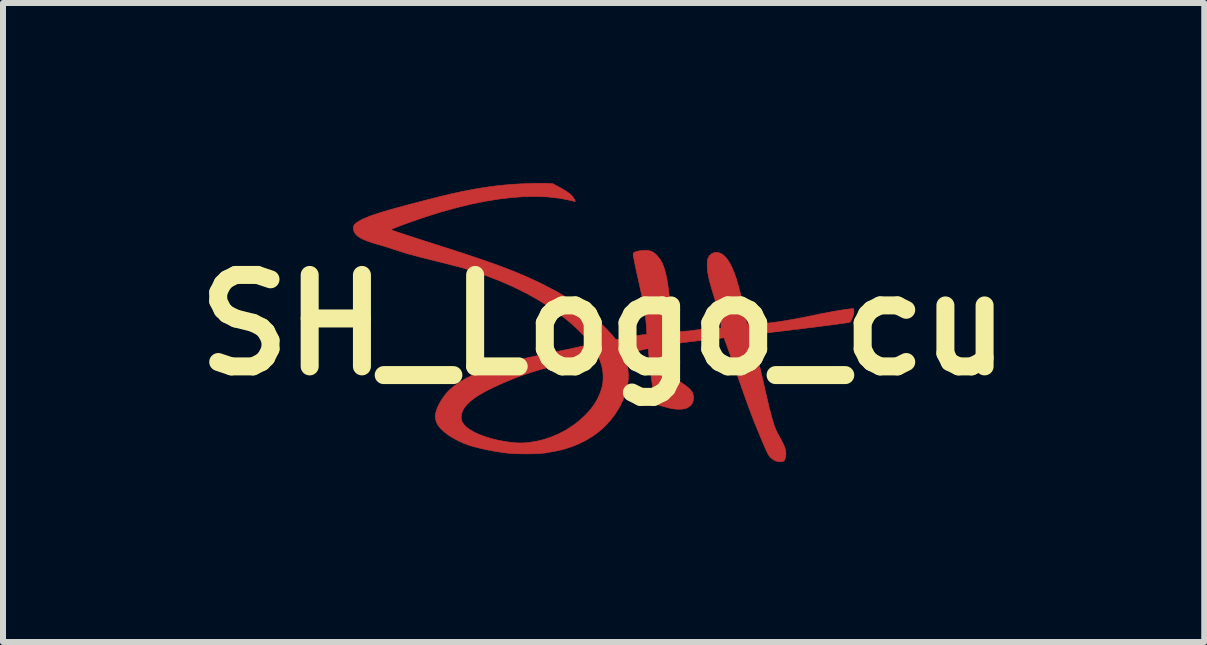
<source format=kicad_pcb>
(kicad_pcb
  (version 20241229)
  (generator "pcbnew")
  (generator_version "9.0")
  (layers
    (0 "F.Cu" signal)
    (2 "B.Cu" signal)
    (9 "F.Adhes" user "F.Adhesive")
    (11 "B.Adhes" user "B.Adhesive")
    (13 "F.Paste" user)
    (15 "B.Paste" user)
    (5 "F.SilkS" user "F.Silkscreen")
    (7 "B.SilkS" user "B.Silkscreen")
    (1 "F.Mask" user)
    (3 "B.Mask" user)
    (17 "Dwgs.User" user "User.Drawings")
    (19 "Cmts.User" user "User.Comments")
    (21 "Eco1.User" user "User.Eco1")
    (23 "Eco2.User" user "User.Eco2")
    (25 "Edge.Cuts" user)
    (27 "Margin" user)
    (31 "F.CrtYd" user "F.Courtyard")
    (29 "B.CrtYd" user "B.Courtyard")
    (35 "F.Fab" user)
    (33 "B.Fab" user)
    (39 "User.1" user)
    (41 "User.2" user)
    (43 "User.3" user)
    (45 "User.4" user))
  (footprint "SH_Logo_cu"
    (layer "F.Cu")
    (at 7.01 2.367)
    (property "Reference" "SH_Logo_cu" (at 0 0 0) (layer "F.SilkS") (effects (font (size 1.524 1.524) (thickness 0.3))))
    (attr through_hole)
    (fp_poly (pts (xy -0.967 -2.361) (xy -0.949 -2.36) (xy -0.846 -2.355) (xy -0.74 -2.298) (xy -0.675 -2.262) (xy -0.623 -2.23) (xy -0.582 -2.202) (xy -0.549 -2.175) (xy -0.523 -2.149) (xy -0.514 -2.137) (xy -0.495 -2.109) (xy -0.481 -2.085) (xy -0.473 -2.068) (xy -0.474 -2.058) (xy -0.479 -2.058) (xy -0.496 -2.063) (xy -0.526 -2.071) (xy -0.564 -2.079) (xy -0.607 -2.088) (xy -0.652 -2.097) (xy -0.696 -2.106) (xy -0.733 -2.112) (xy -0.752 -2.115) (xy -0.93 -2.135) (xy -1.12 -2.143) (xy -1.319 -2.14) (xy -1.529 -2.125) (xy -1.748 -2.099) (xy -1.976 -2.062) (xy -2.213 -2.014) (xy -2.458 -1.954) (xy -2.712 -1.883) (xy -2.806 -1.854) (xy -2.872 -1.834) (xy -2.941 -1.811) (xy -3.013 -1.788) (xy -3.086 -1.763) (xy -3.158 -1.738) (xy -3.228 -1.713) (xy -3.295 -1.689) (xy -3.357 -1.666) (xy -3.413 -1.645) (xy -3.461 -1.626) (xy -3.499 -1.611) (xy -3.526 -1.598) (xy -3.541 -1.59) (xy -3.542 -1.587) (xy -3.533 -1.583) (xy -3.51 -1.574) (xy -3.473 -1.562) (xy -3.425 -1.545) (xy -3.366 -1.526) (xy -3.298 -1.503) (xy -3.222 -1.478) (xy -3.138 -1.451) (xy -3.049 -1.422) (xy -2.954 -1.391) (xy -2.856 -1.36) (xy -2.756 -1.328) (xy -2.735 -1.321) (xy -2.548 -1.262) (xy -2.375 -1.206) (xy -2.216 -1.153) (xy -2.068 -1.103) (xy -1.931 -1.056) (xy -1.804 -1.011) (xy -1.685 -0.967) (xy -1.574 -0.924) (xy -1.469 -0.883) (xy -1.368 -0.841) (xy -1.272 -0.799) (xy -1.179 -0.757) (xy -1.087 -0.714) (xy -0.995 -0.669) (xy -0.984 -0.663) (xy -0.774 -0.553) (xy -0.58 -0.437) (xy -0.4 -0.318) (xy -0.235 -0.193) (xy -0.151 -0.123) (xy -0.103 -0.08) (xy -0.051 -0.031) (xy 0.003 0.021) (xy 0.055 0.074) (xy 0.103 0.124) (xy 0.143 0.168) (xy 0.154 0.181) (xy 0.202 0.24) (xy 0.266 0.236) (xy 0.298 0.232) (xy 0.341 0.225) (xy 0.388 0.215) (xy 0.434 0.204) (xy 0.437 0.203) (xy 0.483 0.192) (xy 0.53 0.182) (xy 0.578 0.174) (xy 0.621 0.167) (xy 0.659 0.162) (xy 0.688 0.16) (xy 0.704 0.162) (xy 0.706 0.162) (xy 0.713 0.164) (xy 0.717 0.158) (xy 0.719 0.142) (xy 0.719 0.115) (xy 0.717 0.076) (xy 0.715 0.038) (xy 0.709 -0.031) (xy 0.703 -0.097) (xy 0.695 -0.162) (xy 0.686 -0.228) (xy 0.674 -0.297) (xy 0.661 -0.372) (xy 0.645 -0.454) (xy 0.625 -0.545) (xy 0.603 -0.648) (xy 0.583 -0.738) (xy 0.565 -0.817) (xy 0.548 -0.892) (xy 0.533 -0.964) (xy 0.52 -1.028) (xy 0.509 -1.085) (xy 0.5 -1.131) (xy 0.495 -1.166) (xy 0.492 -1.188) (xy 0.492 -1.19) (xy 0.5 -1.203) (xy 0.52 -1.215) (xy 0.552 -1.226) (xy 0.591 -1.235) (xy 0.637 -1.241) (xy 0.667 -1.244) (xy 0.725 -1.244) (xy 0.774 -1.236) (xy 0.816 -1.219) (xy 0.856 -1.191) (xy 0.885 -1.164) (xy 0.916 -1.129) (xy 0.945 -1.09) (xy 0.97 -1.046) (xy 0.993 -0.996) (xy 1.013 -0.938) (xy 1.032 -0.872) (xy 1.049 -0.796) (xy 1.064 -0.71) (xy 1.079 -0.611) (xy 1.092 -0.5) (xy 1.105 -0.376) (xy 1.115 -0.27) (xy 1.121 -0.207) (xy 1.126 -0.145) (xy 1.132 -0.086) (xy 1.137 -0.035) (xy 1.141 0.007) (xy 1.144 0.035) (xy 1.154 0.113) (xy 1.285 0.109) (xy 1.417 0.1) (xy 1.544 0.083) (xy 1.624 0.071) (xy 1.702 0.064) (xy 1.785 0.059) (xy 1.814 0.058) (xy 1.957 0.055) (xy 1.956 -0.014) (xy 1.955 -0.039) (xy 1.953 -0.064) (xy 1.949 -0.091) (xy 1.944 -0.12) (xy 1.936 -0.155) (xy 1.924 -0.197) (xy 1.91 -0.248) (xy 1.892 -0.31) (xy 1.869 -0.385) (xy 1.861 -0.409) (xy 1.837 -0.488) (xy 1.817 -0.554) (xy 1.8 -0.61) (xy 1.787 -0.656) (xy 1.776 -0.695) (xy 1.767 -0.729) (xy 1.759 -0.761) (xy 1.752 -0.791) (xy 1.746 -0.823) (xy 1.746 -0.823) (xy 1.736 -0.877) (xy 1.73 -0.933) (xy 1.727 -0.987) (xy 1.728 -1.037) (xy 1.731 -1.079) (xy 1.737 -1.105) (xy 1.76 -1.149) (xy 1.792 -1.182) (xy 1.831 -1.202) (xy 1.875 -1.211) (xy 1.921 -1.206) (xy 1.967 -1.187) (xy 1.992 -1.17) (xy 2.031 -1.134) (xy 2.069 -1.087) (xy 2.105 -1.029) (xy 2.14 -0.96) (xy 2.174 -0.878) (xy 2.208 -0.783) (xy 2.24 -0.675) (xy 2.273 -0.553) (xy 2.306 -0.416) (xy 2.338 -0.265) (xy 2.345 -0.232) (xy 2.356 -0.18) (xy 2.365 -0.133) (xy 2.374 -0.092) (xy 2.381 -0.06) (xy 2.385 -0.04) (xy 2.386 -0.036) (xy 2.389 -0.026) (xy 2.395 -0.02) (xy 2.407 -0.017) (xy 2.428 -0.016) (xy 2.46 -0.016) (xy 2.544 -0.018) (xy 2.632 -0.022) (xy 2.726 -0.03) (xy 2.827 -0.042) (xy 2.936 -0.057) (xy 3.055 -0.076) (xy 3.184 -0.099) (xy 3.326 -0.126) (xy 3.473 -0.156) (xy 3.613 -0.185) (xy 3.739 -0.209) (xy 3.85 -0.23) (xy 3.945 -0.246) (xy 4.025 -0.259) (xy 4.089 -0.267) (xy 4.097 -0.268) (xy 4.166 -0.274) (xy 4.17 -0.248) (xy 4.172 -0.221) (xy 4.169 -0.194) (xy 4.16 -0.161) (xy 4.145 -0.119) (xy 4.141 -0.109) (xy 4.127 -0.078) (xy 4.116 -0.058) (xy 4.105 -0.048) (xy 4.096 -0.044) (xy 4.075 -0.04) (xy 4.039 -0.035) (xy 3.991 -0.028) (xy 3.931 -0.02) (xy 3.86 -0.01) (xy 3.781 0.000253) (xy 3.695 0.011) (xy 3.602 0.023) (xy 3.505 0.036) (xy 3.405 0.048) (xy 3.303 0.061) (xy 3.2 0.073) (xy 3.098 0.086) (xy 2.999 0.098) (xy 2.903 0.109) (xy 2.813 0.12) (xy 2.729 0.13) (xy 2.652 0.138) (xy 2.603 0.143) (xy 2.556 0.149) (xy 2.514 0.153) (xy 2.48 0.157) (xy 2.457 0.16) (xy 2.447 0.162) (xy 2.447 0.162) (xy 2.449 0.17) (xy 2.455 0.19) (xy 2.464 0.221) (xy 2.477 0.261) (xy 2.492 0.306) (xy 2.496 0.318) (xy 2.516 0.383) (xy 2.536 0.449) (xy 2.556 0.517) (xy 2.576 0.591) (xy 2.596 0.672) (xy 2.618 0.763) (xy 2.642 0.864) (xy 2.668 0.979) (xy 2.671 0.992) (xy 2.696 1.103) (xy 2.719 1.201) (xy 2.739 1.287) (xy 2.757 1.363) (xy 2.774 1.43) (xy 2.79 1.491) (xy 2.806 1.548) (xy 2.822 1.603) (xy 2.822 1.603) (xy 2.838 1.657) (xy 2.854 1.702) (xy 2.87 1.742) (xy 2.888 1.783) (xy 2.911 1.827) (xy 2.94 1.878) (xy 2.953 1.901) (xy 2.989 1.97) (xy 3.015 2.029) (xy 3.032 2.083) (xy 3.038 2.132) (xy 3.036 2.18) (xy 3.032 2.202) (xy 3.022 2.238) (xy 3.009 2.261) (xy 2.989 2.273) (xy 2.959 2.277) (xy 2.947 2.277) (xy 2.914 2.275) (xy 2.882 2.269) (xy 2.868 2.265) (xy 2.843 2.253) (xy 2.814 2.234) (xy 2.801 2.223) (xy 2.788 2.211) (xy 2.776 2.2) (xy 2.765 2.187) (xy 2.754 2.172) (xy 2.743 2.154) (xy 2.73 2.13) (xy 2.716 2.101) (xy 2.699 2.065) (xy 2.68 2.021) (xy 2.657 1.967) (xy 2.63 1.902) (xy 2.598 1.826) (xy 2.561 1.737) (xy 2.543 1.692) (xy 2.513 1.618) (xy 2.482 1.539) (xy 2.45 1.455) (xy 2.416 1.363) (xy 2.379 1.262) (xy 2.339 1.15) (xy 2.296 1.027) (xy 2.25 0.897) (xy 2.209 0.779) (xy 2.171 0.669) (xy 2.135 0.568) (xy 2.103 0.476) (xy 2.074 0.397) (xy 2.05 0.329) (xy 2.03 0.275) (xy 2.024 0.259) (xy 2.006 0.212) (xy 1.966 0.217) (xy 1.948 0.22) (xy 1.916 0.223) (xy 1.873 0.228) (xy 1.822 0.234) (xy 1.764 0.24) (xy 1.702 0.247) (xy 1.679 0.25) (xy 1.61 0.258) (xy 1.54 0.266) (xy 1.472 0.274) (xy 1.409 0.282) (xy 1.354 0.289) (xy 1.312 0.294) (xy 1.308 0.295) (xy 1.183 0.312) (xy 1.183 0.358) (xy 1.184 0.381) (xy 1.188 0.416) (xy 1.194 0.459) (xy 1.201 0.507) (xy 1.208 0.545) (xy 1.219 0.615) (xy 1.227 0.676) (xy 1.232 0.732) (xy 1.234 0.789) (xy 1.235 0.799) (xy 1.236 0.84) (xy 1.237 0.876) (xy 1.239 0.903) (xy 1.241 0.918) (xy 1.242 0.921) (xy 1.251 0.928) (xy 1.27 0.942) (xy 1.297 0.961) (xy 1.33 0.984) (xy 1.338 0.989) (xy 1.396 1.031) (xy 1.44 1.07) (xy 1.471 1.109) (xy 1.49 1.15) (xy 1.498 1.195) (xy 1.496 1.245) (xy 1.493 1.261) (xy 1.479 1.303) (xy 1.45 1.341) (xy 1.408 1.372) (xy 1.39 1.382) (xy 1.351 1.395) (xy 1.301 1.402) (xy 1.244 1.404) (xy 1.184 1.4) (xy 1.142 1.394) (xy 1.111 1.387) (xy 1.074 1.378) (xy 1.032 1.367) (xy 0.99 1.356) (xy 0.951 1.344) (xy 0.917 1.333) (xy 0.892 1.325) (xy 0.879 1.319) (xy 0.879 1.318) (xy 0.874 1.307) (xy 0.867 1.283) (xy 0.859 1.247) (xy 0.85 1.202) (xy 0.84 1.149) (xy 0.829 1.092) (xy 0.819 1.032) (xy 0.809 0.971) (xy 0.802 0.922) (xy 0.796 0.88) (xy 0.79 0.83) (xy 0.783 0.773) (xy 0.776 0.713) (xy 0.769 0.651) (xy 0.763 0.591) (xy 0.757 0.534) (xy 0.752 0.484) (xy 0.749 0.443) (xy 0.747 0.413) (xy 0.746 0.4) (xy 0.742 0.396) (xy 0.728 0.396) (xy 0.701 0.4) (xy 0.693 0.402) (xy 0.671 0.407) (xy 0.64 0.415) (xy 0.601 0.424) (xy 0.557 0.436) (xy 0.511 0.448) (xy 0.466 0.46) (xy 0.423 0.471) (xy 0.386 0.481) (xy 0.357 0.489) (xy 0.339 0.494) (xy 0.335 0.496) (xy 0.337 0.504) (xy 0.344 0.521) (xy 0.349 0.53) (xy 0.374 0.592) (xy 0.393 0.665) (xy 0.406 0.745) (xy 0.412 0.828) (xy 0.411 0.911) (xy 0.402 0.989) (xy 0.402 0.991) (xy 0.372 1.116) (xy 0.328 1.239) (xy 0.27 1.36) (xy 0.199 1.475) (xy 0.117 1.585) (xy 0.025 1.685) (xy -0.077 1.776) (xy -0.176 1.849) (xy -0.29 1.919) (xy -0.408 1.978) (xy -0.531 2.028) (xy -0.663 2.07) (xy -0.805 2.103) (xy -0.959 2.13) (xy -0.976 2.133) (xy -1.03 2.138) (xy -1.097 2.143) (xy -1.172 2.146) (xy -1.254 2.147) (xy -1.337 2.147) (xy -1.42 2.145) (xy -1.499 2.142) (xy -1.569 2.138) (xy -1.627 2.132) (xy -1.729 2.118) (xy -1.833 2.101) (xy -1.938 2.081) (xy -2.038 2.059) (xy -2.131 2.036) (xy -2.214 2.013) (xy -2.244 2.003) (xy -2.337 1.968) (xy -2.427 1.927) (xy -2.511 1.882) (xy -2.588 1.833) (xy -2.655 1.782) (xy -2.711 1.73) (xy -2.754 1.679) (xy -2.761 1.668) (xy -2.789 1.613) (xy -2.803 1.555) (xy -2.804 1.52) (xy -2.373 1.52) (xy -2.371 1.572) (xy -2.358 1.614) (xy -2.328 1.659) (xy -2.284 1.703) (xy -2.226 1.745) (xy -2.156 1.786) (xy -2.074 1.824) (xy -1.982 1.858) (xy -1.881 1.89) (xy -1.772 1.917) (xy -1.691 1.933) (xy -1.588 1.95) (xy -1.495 1.961) (xy -1.41 1.966) (xy -1.329 1.965) (xy -1.261 1.96) (xy -1.128 1.94) (xy -0.997 1.908) (xy -0.868 1.865) (xy -0.744 1.812) (xy -0.625 1.749) (xy -0.513 1.677) (xy -0.409 1.598) (xy -0.314 1.512) (xy -0.229 1.421) (xy -0.156 1.324) (xy -0.097 1.223) (xy -0.052 1.119) (xy -0.052 1.119) (xy -0.027 1.038) (xy -0.012 0.96) (xy -0.007 0.878) (xy -0.007 0.865) (xy -0.013 0.766) (xy -0.032 0.673) (xy -0.061 0.587) (xy -0.077 0.55) (xy -0.088 0.525) (xy -0.097 0.512) (xy -0.105 0.506) (xy -0.115 0.507) (xy -0.125 0.512) (xy -0.14 0.517) (xy -0.169 0.526) (xy -0.21 0.537) (xy -0.262 0.55) (xy -0.324 0.565) (xy -0.394 0.582) (xy -0.471 0.601) (xy -0.553 0.62) (xy -0.639 0.64) (xy -0.671 0.647) (xy -0.822 0.682) (xy -0.96 0.717) (xy -1.088 0.752) (xy -1.208 0.789) (xy -1.325 0.828) (xy -1.44 0.869) (xy -1.556 0.916) (xy -1.677 0.967) (xy -1.734 0.992) (xy -1.861 1.051) (xy -1.973 1.108) (xy -2.069 1.163) (xy -2.152 1.217) (xy -2.221 1.271) (xy -2.276 1.323) (xy -2.319 1.376) (xy -2.341 1.412) (xy -2.363 1.466) (xy -2.373 1.52) (xy -2.804 1.52) (xy -2.804 1.497) (xy -2.803 1.486) (xy -2.786 1.418) (xy -2.755 1.344) (xy -2.713 1.267) (xy -2.661 1.189) (xy -2.62 1.136) (xy -2.562 1.076) (xy -2.488 1.015) (xy -2.402 0.955) (xy -2.303 0.896) (xy -2.192 0.839) (xy -2.072 0.785) (xy -1.943 0.734) (xy -1.806 0.687) (xy -1.73 0.664) (xy -1.672 0.647) (xy -1.615 0.631) (xy -1.559 0.616) (xy -1.501 0.601) (xy -1.441 0.586) (xy -1.375 0.57) (xy -1.304 0.554) (xy -1.224 0.537) (xy -1.135 0.517) (xy -1.034 0.496) (xy -0.92 0.472) (xy -0.861 0.46) (xy -0.754 0.438) (xy -0.654 0.417) (xy -0.561 0.398) (xy -0.478 0.38) (xy -0.404 0.364) (xy -0.341 0.349) (xy -0.289 0.338) (xy -0.251 0.328) (xy -0.226 0.322) (xy -0.216 0.318) (xy -0.217 0.31) (xy -0.228 0.292) (xy -0.248 0.266) (xy -0.277 0.233) (xy -0.313 0.193) (xy -0.356 0.149) (xy -0.404 0.101) (xy -0.433 0.071) (xy -0.579 -0.06) (xy -0.738 -0.187) (xy -0.912 -0.308) (xy -1.098 -0.424) (xy -1.296 -0.534) (xy -1.505 -0.637) (xy -1.724 -0.733) (xy -1.953 -0.822) (xy -2.079 -0.866) (xy -2.148 -0.889) (xy -2.212 -0.91) (xy -2.276 -0.93) (xy -2.34 -0.949) (xy -2.407 -0.968) (xy -2.48 -0.987) (xy -2.561 -1.008) (xy -2.652 -1.031) (xy -2.755 -1.057) (xy -2.796 -1.067) (xy -2.895 -1.091) (xy -2.98 -1.113) (xy -3.055 -1.132) (xy -3.121 -1.149) (xy -3.18 -1.165) (xy -3.235 -1.18) (xy -3.287 -1.195) (xy -3.339 -1.211) (xy -3.393 -1.228) (xy -3.452 -1.247) (xy -3.473 -1.254) (xy -3.532 -1.273) (xy -3.597 -1.294) (xy -3.662 -1.314) (xy -3.722 -1.332) (xy -3.77 -1.346) (xy -3.865 -1.374) (xy -3.944 -1.401) (xy -4.01 -1.429) (xy -4.063 -1.457) (xy -4.104 -1.486) (xy -4.135 -1.517) (xy -4.156 -1.55) (xy -4.168 -1.585) (xy -4.171 -1.619) (xy -4.165 -1.649) (xy -4.148 -1.677) (xy -4.119 -1.705) (xy -4.076 -1.732) (xy -4.022 -1.761) (xy -3.985 -1.778) (xy -3.944 -1.795) (xy -3.899 -1.813) (xy -3.849 -1.831) (xy -3.792 -1.85) (xy -3.728 -1.871) (xy -3.655 -1.893) (xy -3.572 -1.917) (xy -3.478 -1.944) (xy -3.372 -1.973) (xy -3.253 -2.005) (xy -3.119 -2.04) (xy -3.108 -2.043) (xy -2.936 -2.088) (xy -2.777 -2.128) (xy -2.63 -2.164) (xy -2.493 -2.196) (xy -2.365 -2.224) (xy -2.243 -2.248) (xy -2.127 -2.269) (xy -2.014 -2.288) (xy -1.902 -2.304) (xy -1.791 -2.319) (xy -1.678 -2.331) (xy -1.611 -2.337) (xy -1.547 -2.343) (xy -1.475 -2.347) (xy -1.396 -2.352) (xy -1.315 -2.355) (xy -1.234 -2.358) (xy -1.155 -2.361) (xy -1.083 -2.362) (xy -1.019 -2.362) (xy -0.967 -2.361)) (stroke (width 0.01) (type solid)) (fill yes) (layer "F.Cu")))
  (gr_rect
    (start -3 -3)
    (end 17.021 7.65)
    (stroke (width 0.1) (type default))
    (fill no)
    (layer "Edge.Cuts")))
</source>
